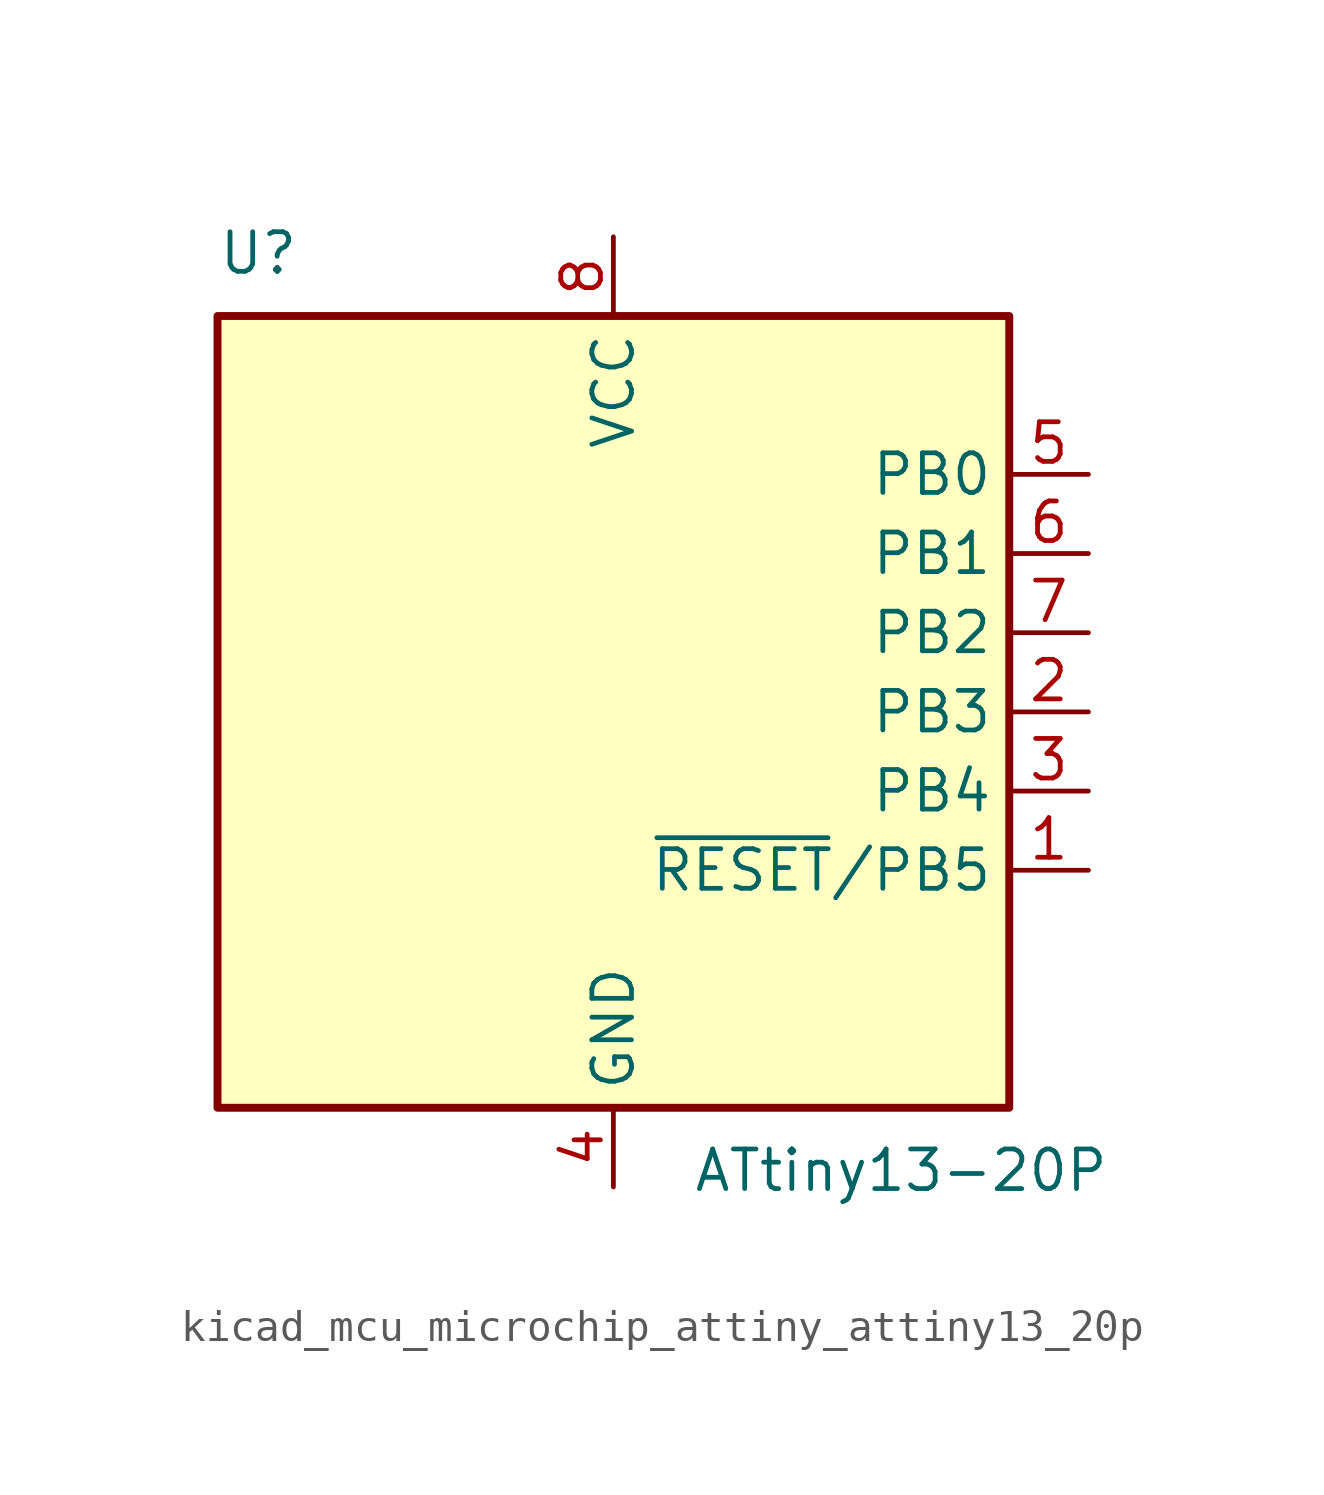
<source format=kicad_sym>
(kicad_symbol_lib
  (version 20220914)
  (generator kicad_symbol_editor)
  (symbol "kicad_mcu_microchip_attiny_attiny13_20p"
    (property "Reference" "U"
      (at -12.7 13.97 0)
      (effects (font (size 1.27 1.27)) (justify left bottom)))
    (property "Value" "ATtiny13-20P"
      (at 2.54 -13.97 0)
      (effects (font (size 1.27 1.27)) (justify left top)))
    (symbol "kicad_mcu_microchip_attiny_attiny13_20p_0_1"
      (rectangle (start -12.7 -12.7) (end 12.7 12.7) (stroke (width 0.254) (type default)) (fill (type background))))
    (symbol "kicad_mcu_microchip_attiny_attiny13_20p_1_1"
      (pin bidirectional line (at 15.24 -5.08 180) (length 2.54) (name "~{RESET}/PB5" (effects (font (size 1.27 1.27)))) (number "1" (effects (font (size 1.27 1.27)))))
      (pin bidirectional line (at 15.24 0 180) (length 2.54) (name "PB3" (effects (font (size 1.27 1.27)))) (number "2" (effects (font (size 1.27 1.27)))))
      (pin bidirectional line (at 15.24 -2.54 180) (length 2.54) (name "PB4" (effects (font (size 1.27 1.27)))) (number "3" (effects (font (size 1.27 1.27)))))
      (pin power_in line (at 0 -15.24 90) (length 2.54) (name "GND" (effects (font (size 1.27 1.27)))) (number "4" (effects (font (size 1.27 1.27)))))
      (pin bidirectional line (at 15.24 7.62 180) (length 2.54) (name "PB0" (effects (font (size 1.27 1.27)))) (number "5" (effects (font (size 1.27 1.27)))))
      (pin bidirectional line (at 15.24 5.08 180) (length 2.54) (name "PB1" (effects (font (size 1.27 1.27)))) (number "6" (effects (font (size 1.27 1.27)))))
      (pin bidirectional line (at 15.24 2.54 180) (length 2.54) (name "PB2" (effects (font (size 1.27 1.27)))) (number "7" (effects (font (size 1.27 1.27)))))
      (pin power_in line (at 0 15.24 270) (length 2.54) (name "VCC" (effects (font (size 1.27 1.27)))) (number "8" (effects (font (size 1.27 1.27))))))))
</source>
